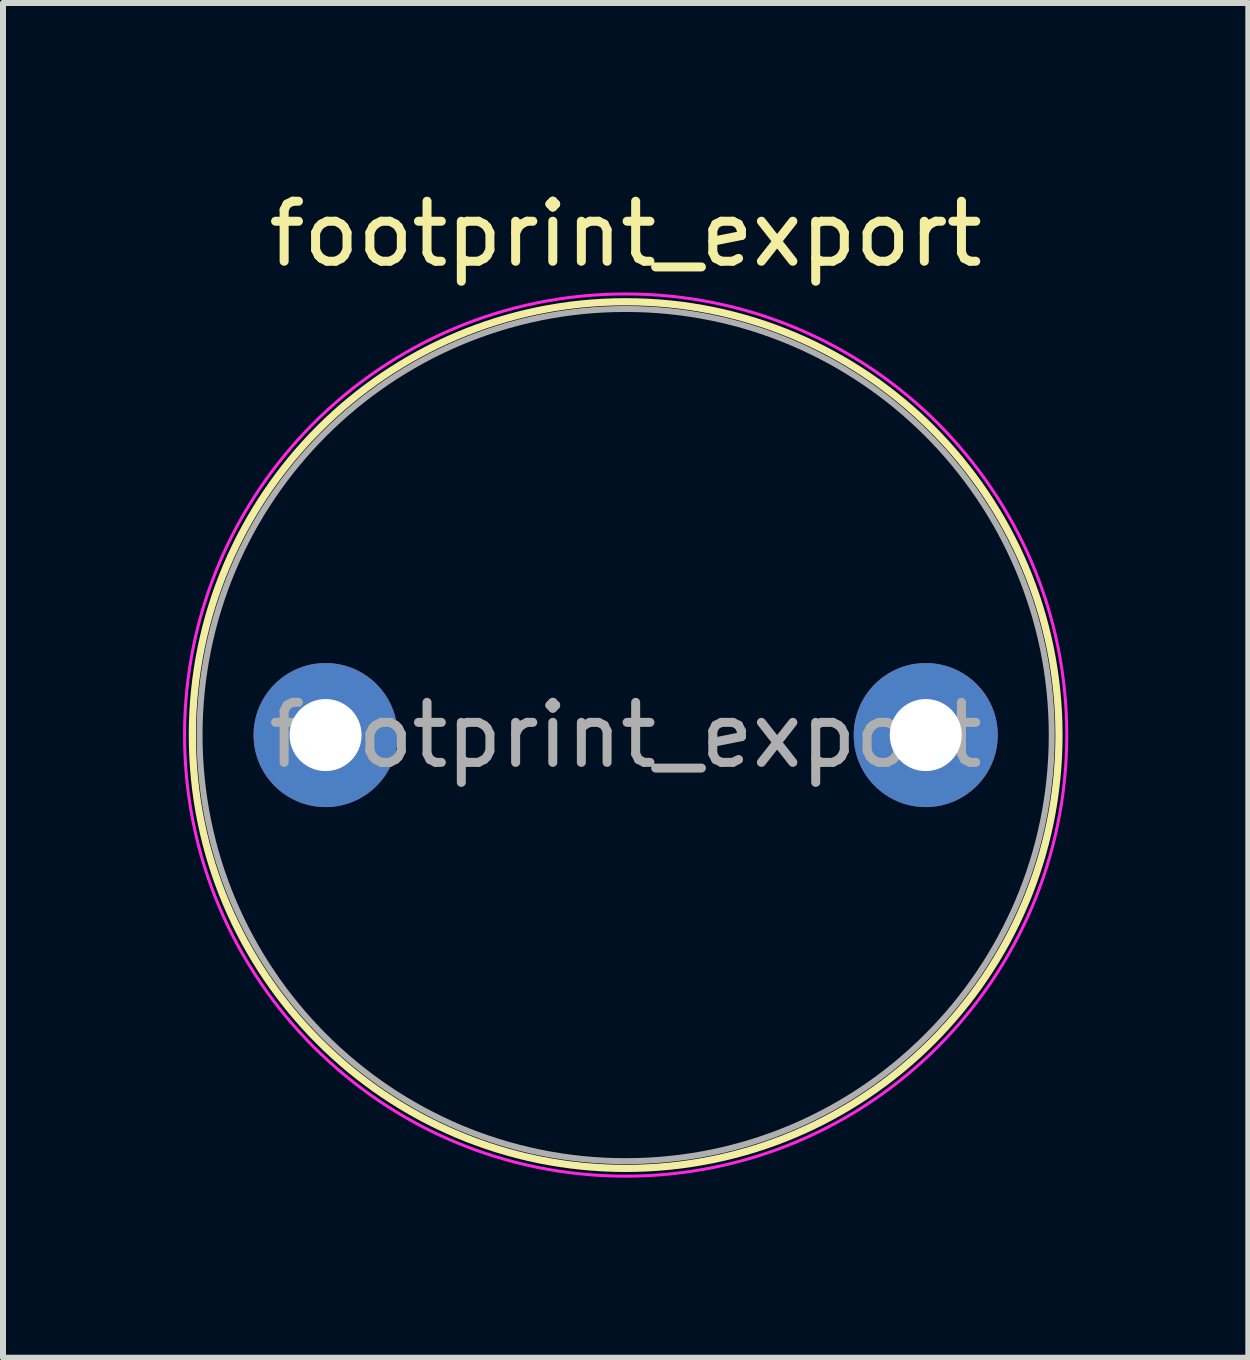
<source format=kicad_pcb>
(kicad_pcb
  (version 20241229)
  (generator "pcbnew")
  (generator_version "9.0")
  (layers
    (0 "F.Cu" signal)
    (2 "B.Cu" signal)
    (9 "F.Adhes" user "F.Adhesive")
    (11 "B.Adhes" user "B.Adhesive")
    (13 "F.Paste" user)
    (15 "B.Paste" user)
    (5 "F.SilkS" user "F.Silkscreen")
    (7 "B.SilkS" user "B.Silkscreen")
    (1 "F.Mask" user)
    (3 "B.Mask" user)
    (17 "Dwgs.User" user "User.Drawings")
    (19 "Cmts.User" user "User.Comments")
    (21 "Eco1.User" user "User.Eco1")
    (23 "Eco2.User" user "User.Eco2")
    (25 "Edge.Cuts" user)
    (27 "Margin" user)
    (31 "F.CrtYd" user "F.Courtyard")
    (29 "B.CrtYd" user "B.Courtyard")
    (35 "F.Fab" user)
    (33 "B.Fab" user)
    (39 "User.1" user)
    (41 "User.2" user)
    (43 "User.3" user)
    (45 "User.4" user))
  (footprint "footprint_export"
    (layer "F.Cu")
    (at 2.375 9.198)
    (property "Reference" "footprint_export" (at 5 -8.35 0) (layer "F.SilkS") (effects (font (size 1 1) (thickness 0.15))))
    (attr through_hole)
    (fp_circle (center 5 0) (end 12.22 0) (stroke (width 0.12) (type solid)) (fill no) (layer "F.SilkS"))
    (fp_circle (center 5 0) (end 12.35 0) (stroke (width 0.05) (type solid)) (fill no) (layer "F.CrtYd"))
    (fp_circle (center 5 0) (end 12.1 0) (stroke (width 0.1) (type solid)) (fill no) (layer "F.Fab"))
    (fp_text user "${REFERENCE}" (at 5 0 0) (layer "F.Fab") (effects (font (size 1 1) (thickness 0.15))))
    (pad "1" thru_hole circle (at 0 0) (size 2.4 2.4) (drill 1.2) (layers "*.Cu" "*.Mask"))
    (pad "2" thru_hole circle (at 10 0) (size 2.4 2.4) (drill 1.2) (layers "*.Cu" "*.Mask")))
  (gr_rect
    (start -3 -3)
    (end 17.75 19.573)
    (stroke (width 0.1) (type default))
    (fill no)
    (layer "Edge.Cuts")))
</source>
